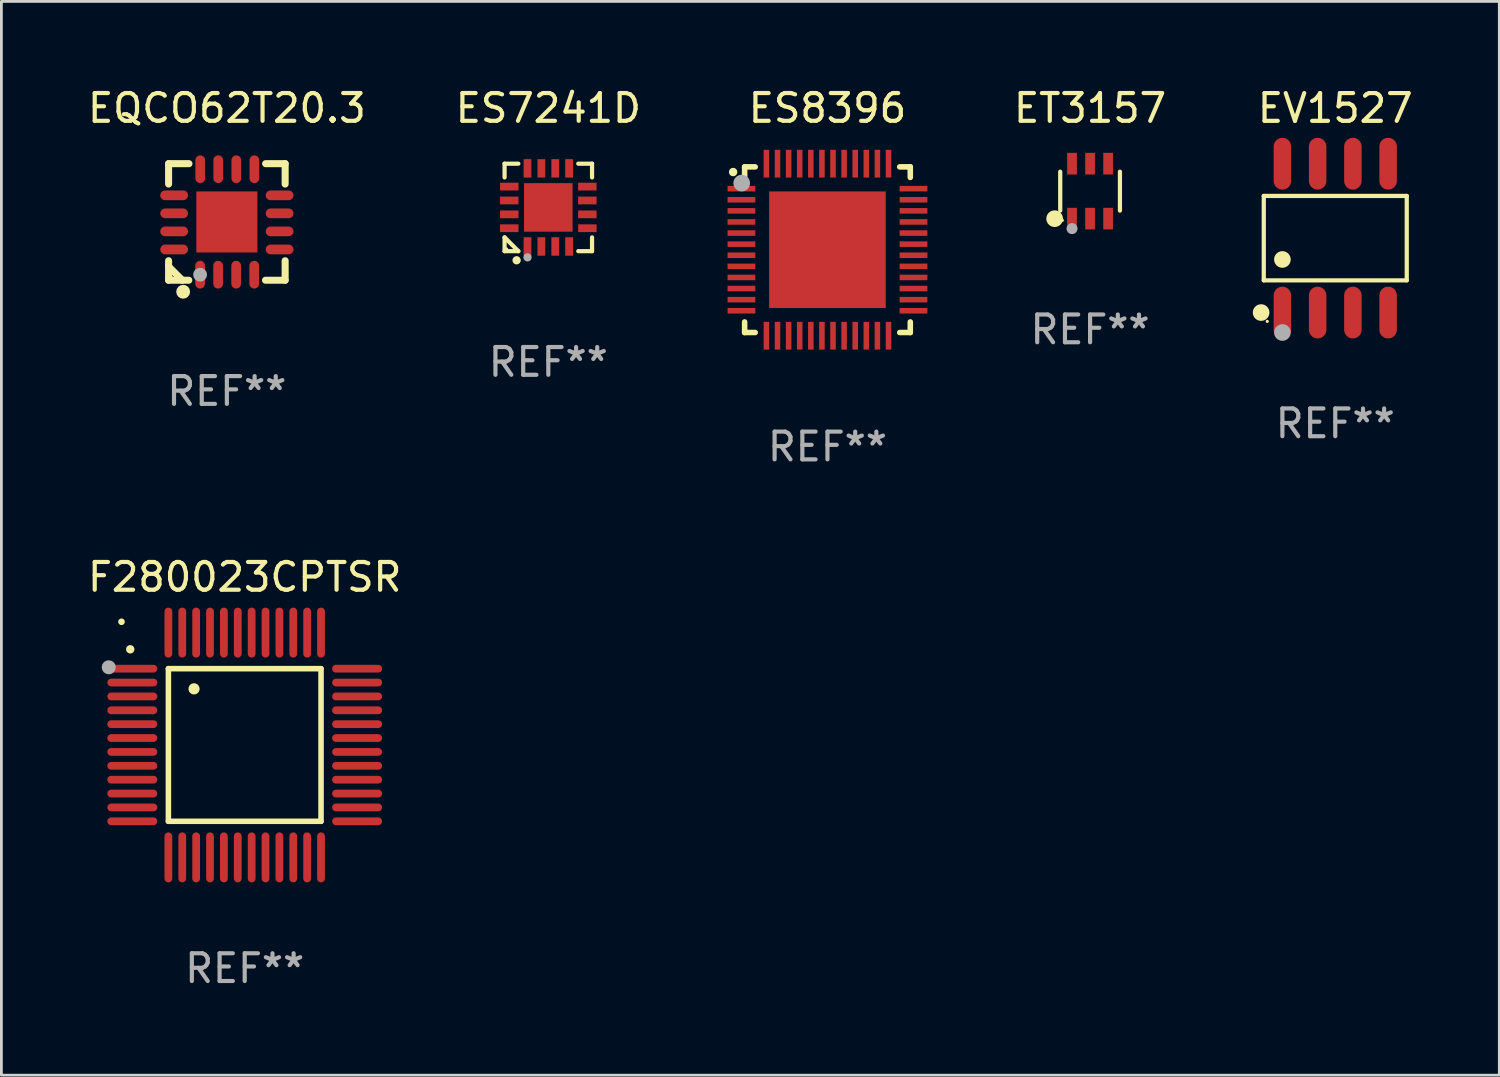
<source format=kicad_pcb>
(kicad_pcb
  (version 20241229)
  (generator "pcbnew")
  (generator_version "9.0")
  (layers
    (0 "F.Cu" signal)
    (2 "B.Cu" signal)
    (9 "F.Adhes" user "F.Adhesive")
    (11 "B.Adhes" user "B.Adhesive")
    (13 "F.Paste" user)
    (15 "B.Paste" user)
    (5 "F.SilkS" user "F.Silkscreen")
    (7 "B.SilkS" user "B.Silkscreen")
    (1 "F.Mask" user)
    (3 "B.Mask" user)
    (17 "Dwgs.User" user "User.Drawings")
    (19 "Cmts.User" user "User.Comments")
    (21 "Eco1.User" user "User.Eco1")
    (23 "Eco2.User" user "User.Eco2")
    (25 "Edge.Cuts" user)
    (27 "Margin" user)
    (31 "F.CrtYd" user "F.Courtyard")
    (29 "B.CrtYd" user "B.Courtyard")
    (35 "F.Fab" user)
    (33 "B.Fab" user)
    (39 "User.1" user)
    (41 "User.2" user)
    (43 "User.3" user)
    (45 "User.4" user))
  (footprint "ES7241D"
    (layer "F.Cu")
    (at 16.708 4.424)
    (property "Reference" "ES7241D" (at 0 -3.576 0) (layer "F.SilkS") (effects (font (size 1 1) (thickness 0.15))))
    (attr through_hole)
    (fp_line (start -1.576 -1.576) (end -1.08 -1.576) (stroke (width 0.152) (type solid)) (layer "F.SilkS"))
    (fp_line (start -1.576 -1.08) (end -1.576 -1.576) (stroke (width 0.152) (type solid)) (layer "F.SilkS"))
    (fp_line (start -1.576 1.08) (end -1.576 1.576) (stroke (width 0.152) (type solid)) (layer "F.SilkS"))
    (fp_line (start -1.576 1.576) (end -1.08 1.576) (stroke (width 0.152) (type solid)) (layer "F.SilkS"))
    (fp_line (start -1.08 1.576) (end -1.576 1.08) (stroke (width 0.152) (type solid)) (layer "F.SilkS"))
    (fp_line (start 1.576 -1.576) (end 1.08 -1.576) (stroke (width 0.152) (type solid)) (layer "F.SilkS"))
    (fp_line (start 1.576 -1.08) (end 1.576 -1.576) (stroke (width 0.152) (type solid)) (layer "F.SilkS"))
    (fp_line (start 1.576 1.08) (end 1.576 1.576) (stroke (width 0.152) (type solid)) (layer "F.SilkS"))
    (fp_line (start 1.576 1.576) (end 1.08 1.576) (stroke (width 0.152) (type solid)) (layer "F.SilkS"))
    (fp_circle (center -1.5 1.5) (end -1.47 1.5) (stroke (width 0.06) (type solid)) (fill no) (layer "F.SilkS"))
    (fp_circle (center -1.143 1.905) (end -1.068 1.905) (stroke (width 0.15) (type solid)) (fill no) (layer "F.SilkS"))
    (fp_circle (center -0.75 1.8) (end -0.675 1.8) (stroke (width 0.15) (type solid)) (fill no) (layer "F.Fab"))
    (fp_text user "REF**" (at 0 5.576 0) (layer "F.Fab") (effects (font (size 1 1) (thickness 0.15))))
    (pad "1" smd rect (at -0.75 1.407) (size 0.28 0.665) (layers "F.Cu" "F.Mask" "F.Paste"))
    (pad "2" smd rect (at -0.25 1.407) (size 0.28 0.665) (layers "F.Cu" "F.Mask" "F.Paste"))
    (pad "3" smd rect (at 0.25 1.407) (size 0.28 0.665) (layers "F.Cu" "F.Mask" "F.Paste"))
    (pad "4" smd rect (at 0.75 1.407) (size 0.28 0.665) (layers "F.Cu" "F.Mask" "F.Paste"))
    (pad "5" smd rect (at 1.407 0.75) (size 0.665 0.28) (layers "F.Cu" "F.Mask" "F.Paste"))
    (pad "6" smd rect (at 1.407 0.25) (size 0.665 0.28) (layers "F.Cu" "F.Mask" "F.Paste"))
    (pad "7" smd rect (at 1.407 -0.25) (size 0.665 0.28) (layers "F.Cu" "F.Mask" "F.Paste"))
    (pad "8" smd rect (at 1.407 -0.75) (size 0.665 0.28) (layers "F.Cu" "F.Mask" "F.Paste"))
    (pad "9" smd rect (at 0.75 -1.407) (size 0.28 0.665) (layers "F.Cu" "F.Mask" "F.Paste"))
    (pad "10" smd rect (at 0.25 -1.407) (size 0.28 0.665) (layers "F.Cu" "F.Mask" "F.Paste"))
    (pad "11" smd rect (at -0.25 -1.407) (size 0.28 0.665) (layers "F.Cu" "F.Mask" "F.Paste"))
    (pad "12" smd rect (at -0.75 -1.407) (size 0.28 0.665) (layers "F.Cu" "F.Mask" "F.Paste"))
    (pad "13" smd rect (at -1.407 -0.75) (size 0.665 0.28) (layers "F.Cu" "F.Mask" "F.Paste"))
    (pad "14" smd rect (at -1.407 -0.25) (size 0.665 0.28) (layers "F.Cu" "F.Mask" "F.Paste"))
    (pad "15" smd rect (at -1.407 0.25) (size 0.665 0.28) (layers "F.Cu" "F.Mask" "F.Paste"))
    (pad "16" smd rect (at -1.407 0.75) (size 0.665 0.28) (layers "F.Cu" "F.Mask" "F.Paste"))
    (pad "17" smd rect (at 0 0) (size 1.75 1.75) (layers "F.Cu" "F.Mask" "F.Paste")))
  (footprint "ES8396"
    (layer "F.Cu")
    (at 26.767 5.948)
    (property "Reference" "ES8396" (at 0 -5.1 0) (layer "F.SilkS") (effects (font (size 1 1) (thickness 0.15))))
    (attr through_hole)
    (fp_line (start -2.985 -2.985) (end -2.604 -2.985) (stroke (width 0.2) (type solid)) (layer "F.SilkS"))
    (fp_line (start -2.985 -2.604) (end -2.985 -2.985) (stroke (width 0.2) (type solid)) (layer "F.SilkS"))
    (fp_line (start -2.985 2.984) (end -2.985 2.603) (stroke (width 0.2) (type solid)) (layer "F.SilkS"))
    (fp_line (start -2.604 2.984) (end -2.985 2.984) (stroke (width 0.2) (type solid)) (layer "F.SilkS"))
    (fp_line (start 2.603 -2.985) (end 2.984 -2.985) (stroke (width 0.2) (type solid)) (layer "F.SilkS"))
    (fp_line (start 2.984 -2.985) (end 2.984 -2.604) (stroke (width 0.2) (type solid)) (layer "F.SilkS"))
    (fp_line (start 2.984 2.603) (end 2.984 2.984) (stroke (width 0.2) (type solid)) (layer "F.SilkS"))
    (fp_line (start 2.984 2.984) (end 2.603 2.984) (stroke (width 0.2) (type solid)) (layer "F.SilkS"))
    (fp_arc (start -3.400076 -2.797562) (mid -3.400081 -2.798806) (end -3.400076 -2.800051) (stroke (width 0.3) (type solid)) (layer "F.SilkS"))
    (fp_circle (center -3 -3) (end -2.97 -3) (stroke (width 0.06) (type solid)) (fill no) (layer "F.SilkS"))
    (fp_circle (center -3.09 -2.4) (end -2.94 -2.4) (stroke (width 0.3) (type solid)) (fill no) (layer "F.Fab"))
    (fp_text user "REF**" (at 0 7.1 0) (layer "F.Fab") (effects (font (size 1 1) (thickness 0.15))))
    (pad "1" smd rect (at -3.1 -2.2) (size 1 0.2) (layers "F.Cu" "F.Mask" "F.Paste"))
    (pad "2" smd rect (at -3.1 -1.8) (size 1 0.2) (layers "F.Cu" "F.Mask" "F.Paste"))
    (pad "3" smd rect (at -3.1 -1.4) (size 1 0.2) (layers "F.Cu" "F.Mask" "F.Paste"))
    (pad "4" smd rect (at -3.1 -1) (size 1 0.2) (layers "F.Cu" "F.Mask" "F.Paste"))
    (pad "5" smd rect (at -3.1 -0.6) (size 1 0.2) (layers "F.Cu" "F.Mask" "F.Paste"))
    (pad "6" smd rect (at -3.1 -0.2) (size 1 0.2) (layers "F.Cu" "F.Mask" "F.Paste"))
    (pad "7" smd rect (at -3.1 0.2) (size 1 0.2) (layers "F.Cu" "F.Mask" "F.Paste"))
    (pad "8" smd rect (at -3.1 0.6) (size 1 0.2) (layers "F.Cu" "F.Mask" "F.Paste"))
    (pad "9" smd rect (at -3.1 1) (size 1 0.2) (layers "F.Cu" "F.Mask" "F.Paste"))
    (pad "10" smd rect (at -3.1 1.4) (size 1 0.2) (layers "F.Cu" "F.Mask" "F.Paste"))
    (pad "11" smd rect (at -3.1 1.8) (size 1 0.2) (layers "F.Cu" "F.Mask" "F.Paste"))
    (pad "12" smd rect (at -3.1 2.2) (size 1 0.2) (layers "F.Cu" "F.Mask" "F.Paste"))
    (pad "13" smd rect (at -2.2 3.1) (size 0.2 1) (layers "F.Cu" "F.Mask" "F.Paste"))
    (pad "14" smd rect (at -1.8 3.1) (size 0.2 1) (layers "F.Cu" "F.Mask" "F.Paste"))
    (pad "15" smd rect (at -1.4 3.1) (size 0.2 1) (layers "F.Cu" "F.Mask" "F.Paste"))
    (pad "16" smd rect (at -1 3.1) (size 0.2 1) (layers "F.Cu" "F.Mask" "F.Paste"))
    (pad "17" smd rect (at -0.6 3.1) (size 0.2 1) (layers "F.Cu" "F.Mask" "F.Paste"))
    (pad "18" smd rect (at -0.2 3.1) (size 0.2 1) (layers "F.Cu" "F.Mask" "F.Paste"))
    (pad "19" smd rect (at 0.2 3.1) (size 0.2 1) (layers "F.Cu" "F.Mask" "F.Paste"))
    (pad "20" smd rect (at 0.6 3.1) (size 0.2 1) (layers "F.Cu" "F.Mask" "F.Paste"))
    (pad "21" smd rect (at 1 3.1) (size 0.2 1) (layers "F.Cu" "F.Mask" "F.Paste"))
    (pad "22" smd rect (at 1.4 3.1) (size 0.2 1) (layers "F.Cu" "F.Mask" "F.Paste"))
    (pad "23" smd rect (at 1.8 3.1) (size 0.2 1) (layers "F.Cu" "F.Mask" "F.Paste"))
    (pad "24" smd rect (at 2.2 3.1) (size 0.2 1) (layers "F.Cu" "F.Mask" "F.Paste"))
    (pad "25" smd rect (at 3.1 2.2) (size 1 0.2) (layers "F.Cu" "F.Mask" "F.Paste"))
    (pad "26" smd rect (at 3.1 1.8) (size 1 0.2) (layers "F.Cu" "F.Mask" "F.Paste"))
    (pad "27" smd rect (at 3.1 1.4) (size 1 0.2) (layers "F.Cu" "F.Mask" "F.Paste"))
    (pad "28" smd rect (at 3.1 1) (size 1 0.2) (layers "F.Cu" "F.Mask" "F.Paste"))
    (pad "29" smd rect (at 3.1 0.6) (size 1 0.2) (layers "F.Cu" "F.Mask" "F.Paste"))
    (pad "30" smd rect (at 3.1 0.2) (size 1 0.2) (layers "F.Cu" "F.Mask" "F.Paste"))
    (pad "31" smd rect (at 3.1 -0.2) (size 1 0.2) (layers "F.Cu" "F.Mask" "F.Paste"))
    (pad "32" smd rect (at 3.1 -0.6) (size 1 0.2) (layers "F.Cu" "F.Mask" "F.Paste"))
    (pad "33" smd rect (at 3.1 -1) (size 1 0.2) (layers "F.Cu" "F.Mask" "F.Paste"))
    (pad "34" smd rect (at 3.1 -1.4) (size 1 0.2) (layers "F.Cu" "F.Mask" "F.Paste"))
    (pad "35" smd rect (at 3.1 -1.8) (size 1 0.2) (layers "F.Cu" "F.Mask" "F.Paste"))
    (pad "36" smd rect (at 3.1 -2.2) (size 1 0.2) (layers "F.Cu" "F.Mask" "F.Paste"))
    (pad "37" smd rect (at 2.2 -3.1) (size 0.2 1) (layers "F.Cu" "F.Mask" "F.Paste"))
    (pad "38" smd rect (at 1.8 -3.1) (size 0.2 1) (layers "F.Cu" "F.Mask" "F.Paste"))
    (pad "39" smd rect (at 1.4 -3.1) (size 0.2 1) (layers "F.Cu" "F.Mask" "F.Paste"))
    (pad "40" smd rect (at 1 -3.1) (size 0.2 1) (layers "F.Cu" "F.Mask" "F.Paste"))
    (pad "41" smd rect (at 0.6 -3.1) (size 0.2 1) (layers "F.Cu" "F.Mask" "F.Paste"))
    (pad "42" smd rect (at 0.2 -3.1) (size 0.2 1) (layers "F.Cu" "F.Mask" "F.Paste"))
    (pad "43" smd rect (at -0.2 -3.1) (size 0.2 1) (layers "F.Cu" "F.Mask" "F.Paste"))
    (pad "44" smd rect (at -0.6 -3.1) (size 0.2 1) (layers "F.Cu" "F.Mask" "F.Paste"))
    (pad "45" smd rect (at -1 -3.1) (size 0.2 1) (layers "F.Cu" "F.Mask" "F.Paste"))
    (pad "46" smd rect (at -1.4 -3.1) (size 0.2 1) (layers "F.Cu" "F.Mask" "F.Paste"))
    (pad "47" smd rect (at -1.8 -3.1) (size 0.2 1) (layers "F.Cu" "F.Mask" "F.Paste"))
    (pad "48" smd rect (at -2.2 -3.1) (size 0.2 1) (layers "F.Cu" "F.Mask" "F.Paste"))
    (pad "49" smd rect (at -0.000127 0) (size 4.2 4.2) (layers "F.Cu" "F.Mask" "F.Paste")))
  (footprint "ET3157"
    (layer "F.Cu")
    (at 36.23 3.838)
    (property "Reference" "ET3157" (at 0 -2.99 0) (layer "F.SilkS") (effects (font (size 1 1) (thickness 0.15))))
    (attr through_hole)
    (fp_line (start -1.076 0.701) (end -1.076 -0.701) (stroke (width 0.152) (type solid)) (layer "F.SilkS"))
    (fp_line (start 1.076 0.701) (end 1.076 -0.701) (stroke (width 0.152) (type solid)) (layer "F.SilkS"))
    (fp_circle (center -1.277 0.992) (end -1.127 0.992) (stroke (width 0.3) (type solid)) (fill no) (layer "F.SilkS"))
    (fp_circle (center -1 1.05) (end -0.97 1.05) (stroke (width 0.06) (type solid)) (fill no) (layer "F.SilkS"))
    (fp_circle (center -0.65 1.35) (end -0.55 1.35) (stroke (width 0.2) (type solid)) (fill no) (layer "F.Fab"))
    (fp_text user "REF**" (at 0 4.99 0) (layer "F.Fab") (effects (font (size 1 1) (thickness 0.15))))
    (pad "1" smd rect (at -0.65 0.99) (size 0.35 0.78) (layers "F.Cu" "F.Mask" "F.Paste"))
    (pad "2" smd rect (at 0 0.99) (size 0.35 0.78) (layers "F.Cu" "F.Mask" "F.Paste"))
    (pad "3" smd rect (at 0.65 0.99) (size 0.35 0.78) (layers "F.Cu" "F.Mask" "F.Paste"))
    (pad "4" smd rect (at 0.65 -0.99) (size 0.35 0.78) (layers "F.Cu" "F.Mask" "F.Paste"))
    (pad "5" smd rect (at 0 -0.99) (size 0.35 0.78) (layers "F.Cu" "F.Mask" "F.Paste"))
    (pad "6" smd rect (at -0.65 -0.99) (size 0.35 0.78) (layers "F.Cu" "F.Mask" "F.Paste")))
  (footprint "EV1527"
    (layer "F.Cu")
    (at 45.065 5.531)
    (property "Reference" "EV1527" (at 0 -4.682 0) (layer "F.SilkS") (effects (font (size 1 1) (thickness 0.15))))
    (attr through_hole)
    (fp_line (start -2.576 -1.521) (end 2.576 -1.521) (stroke (width 0.152) (type solid)) (layer "F.SilkS"))
    (fp_line (start -2.576 1.521) (end -2.576 -1.521) (stroke (width 0.152) (type solid)) (layer "F.SilkS"))
    (fp_line (start 2.576 -1.521) (end 2.576 1.521) (stroke (width 0.152) (type solid)) (layer "F.SilkS"))
    (fp_line (start 2.576 1.521) (end -2.576 1.521) (stroke (width 0.152) (type solid)) (layer "F.SilkS"))
    (fp_circle (center -2.672 2.682) (end -2.522 2.682) (stroke (width 0.3) (type solid)) (fill no) (layer "F.SilkS"))
    (fp_circle (center -2.45 3) (end -2.42 3) (stroke (width 0.06) (type solid)) (fill no) (layer "F.SilkS"))
    (fp_circle (center -1.905 0.769) (end -1.755 0.769) (stroke (width 0.3) (type solid)) (fill no) (layer "F.SilkS"))
    (fp_circle (center -1.905 3.4) (end -1.755 3.4) (stroke (width 0.3) (type solid)) (fill no) (layer "F.Fab"))
    (fp_text user "REF**" (at 0 6.682 0) (layer "F.Fab") (effects (font (size 1 1) (thickness 0.15))))
    (pad "1" smd oval (at -1.905 2.682) (size 0.63 1.865) (layers "F.Cu" "F.Mask" "F.Paste"))
    (pad "2" smd oval (at -0.635 2.682) (size 0.63 1.865) (layers "F.Cu" "F.Mask" "F.Paste"))
    (pad "3" smd oval (at 0.635 2.682) (size 0.63 1.865) (layers "F.Cu" "F.Mask" "F.Paste"))
    (pad "4" smd oval (at 1.905 2.682) (size 0.63 1.865) (layers "F.Cu" "F.Mask" "F.Paste"))
    (pad "5" smd oval (at 1.905 -2.682) (size 0.63 1.865) (layers "F.Cu" "F.Mask" "F.Paste"))
    (pad "6" smd oval (at 0.635 -2.682) (size 0.63 1.865) (layers "F.Cu" "F.Mask" "F.Paste"))
    (pad "7" smd oval (at -0.635 -2.682) (size 0.63 1.865) (layers "F.Cu" "F.Mask" "F.Paste"))
    (pad "8" smd oval (at -1.905 -2.682) (size 0.63 1.865) (layers "F.Cu" "F.Mask" "F.Paste")))
  (footprint "EQCO62T20.3"
    (layer "F.Cu")
    (at 5.125 4.948)
    (property "Reference" "EQCO62T20.3" (at 0 -4.1 0) (layer "F.SilkS") (effects (font (size 1 1) (thickness 0.15))))
    (attr through_hole)
    (fp_line (start -2.1 -2.1) (end -1.366 -2.1) (stroke (width 0.254) (type solid)) (layer "F.SilkS"))
    (fp_line (start -2.1 -1.366) (end -2.1 -2.1) (stroke (width 0.254) (type solid)) (layer "F.SilkS"))
    (fp_line (start -2.1 1.572) (end -2.1 1.607) (stroke (width 0.254) (type solid)) (layer "F.SilkS"))
    (fp_line (start -2.1 1.607) (end -1.607 2.1) (stroke (width 0.254) (type solid)) (layer "F.SilkS"))
    (fp_line (start -2.1 2.1) (end -2.1 1.397) (stroke (width 0.254) (type solid)) (layer "F.SilkS"))
    (fp_line (start -2.1 2.1) (end -1.371 2.1) (stroke (width 0.254) (type solid)) (layer "F.SilkS"))
    (fp_line (start 1.392 2.1) (end 2.1 2.1) (stroke (width 0.254) (type solid)) (layer "F.SilkS"))
    (fp_line (start 1.397 -2.1) (end 2.1 -2.1) (stroke (width 0.254) (type solid)) (layer "F.SilkS"))
    (fp_line (start 2.1 -1.366) (end 2.1 -2.1) (stroke (width 0.254) (type solid)) (layer "F.SilkS"))
    (fp_line (start 2.1 2.1) (end 2.1 1.397) (stroke (width 0.254) (type solid)) (layer "F.SilkS"))
    (fp_circle (center -2 2) (end -1.97 2) (stroke (width 0.06) (type solid)) (fill no) (layer "F.SilkS"))
    (fp_circle (center -1.575 2.515) (end -1.45 2.515) (stroke (width 0.25) (type solid)) (fill no) (layer "F.SilkS"))
    (fp_circle (center -0.965 1.9) (end -0.84 1.9) (stroke (width 0.25) (type solid)) (fill no) (layer "F.Fab"))
    (fp_text user "REF**" (at 0 6.1 0) (layer "F.Fab") (effects (font (size 1 1) (thickness 0.15))))
    (pad "1" smd oval (at -0.965 1.9) (size 0.35 1) (layers "F.Cu" "F.Mask" "F.Paste"))
    (pad "2" smd oval (at -0.315 1.9) (size 0.35 1) (layers "F.Cu" "F.Mask" "F.Paste"))
    (pad "3" smd oval (at 0.335 1.9) (size 0.35 1) (layers "F.Cu" "F.Mask" "F.Paste"))
    (pad "4" smd oval (at 0.986 1.9) (size 0.35 1) (layers "F.Cu" "F.Mask" "F.Paste"))
    (pad "5" smd oval (at 1.9 0.991) (size 1 0.35) (layers "F.Cu" "F.Mask" "F.Paste"))
    (pad "6" smd oval (at 1.9 0.34) (size 1 0.35) (layers "F.Cu" "F.Mask" "F.Paste"))
    (pad "7" smd oval (at 1.9 -0.31) (size 1 0.35) (layers "F.Cu" "F.Mask" "F.Paste"))
    (pad "8" smd oval (at 1.9 -0.96) (size 1 0.35) (layers "F.Cu" "F.Mask" "F.Paste"))
    (pad "9" smd oval (at 0.991 -1.9) (size 0.35 1) (layers "F.Cu" "F.Mask" "F.Paste"))
    (pad "10" smd oval (at 0.34 -1.9) (size 0.35 1) (layers "F.Cu" "F.Mask" "F.Paste"))
    (pad "11" smd oval (at -0.31 -1.9) (size 0.35 1) (layers "F.Cu" "F.Mask" "F.Paste"))
    (pad "12" smd oval (at -0.96 -1.9) (size 0.35 1) (layers "F.Cu" "F.Mask" "F.Paste"))
    (pad "13" smd oval (at -1.9 -0.96) (size 1 0.35) (layers "F.Cu" "F.Mask" "F.Paste"))
    (pad "14" smd oval (at -1.9 -0.31) (size 1 0.35) (layers "F.Cu" "F.Mask" "F.Paste"))
    (pad "15" smd oval (at -1.9 0.34) (size 1 0.35) (layers "F.Cu" "F.Mask" "F.Paste"))
    (pad "16" smd oval (at -1.9 0.991) (size 1 0.35) (layers "F.Cu" "F.Mask" "F.Paste"))
    (pad "17" smd rect (at 0 0) (size 2.2 2.2) (layers "F.Cu" "F.Mask" "F.Paste")))
  (footprint "F280023CPTSR"
    (layer "F.Cu")
    (at 5.768 23.795)
    (property "Reference" "F280023CPTSR" (at 0 -6.05 0) (layer "F.SilkS") (effects (font (size 1 1) (thickness 0.15))))
    (attr through_hole)
    (fp_line (start -2.75 -2.75) (end 2.75 -2.75) (stroke (width 0.2) (type solid)) (layer "F.SilkS"))
    (fp_line (start -2.75 2.75) (end -2.75 -2.75) (stroke (width 0.2) (type solid)) (layer "F.SilkS"))
    (fp_line (start 2.75 -2.75) (end 2.75 2.75) (stroke (width 0.2) (type solid)) (layer "F.SilkS"))
    (fp_line (start 2.75 2.75) (end -2.75 2.75) (stroke (width 0.2) (type solid)) (layer "F.SilkS"))
    (fp_arc (start -4.124968 -3.446787) (mid -4.124973 -3.448057) (end -4.124968 -3.449327) (stroke (width 0.3) (type solid)) (layer "F.SilkS"))
    (fp_arc (start -1.826264 -2.021844) (mid -1.826268 -2.023114) (end -1.826264 -2.024384) (stroke (width 0.4) (type solid)) (layer "F.SilkS"))
    (fp_circle (center -4.44 -4.44) (end -4.38 -4.44) (stroke (width 0.12) (type solid)) (fill no) (layer "F.SilkS"))
    (fp_circle (center -4.9 -2.8) (end -4.773 -2.8) (stroke (width 0.254) (type solid)) (fill no) (layer "F.Fab"))
    (fp_text user "REF**" (at 0 8.05 0) (layer "F.Fab") (effects (font (size 1 1) (thickness 0.15))))
    (pad "1" smd oval (at -4.05 -2.75 90) (size 0.28 1.8) (layers "F.Cu" "F.Mask" "F.Paste"))
    (pad "2" smd oval (at -4.05 -2.25 90) (size 0.28 1.8) (layers "F.Cu" "F.Mask" "F.Paste"))
    (pad "3" smd oval (at -4.05 -1.75 90) (size 0.28 1.8) (layers "F.Cu" "F.Mask" "F.Paste"))
    (pad "4" smd oval (at -4.05 -1.25 90) (size 0.28 1.8) (layers "F.Cu" "F.Mask" "F.Paste"))
    (pad "5" smd oval (at -4.05 -0.75 90) (size 0.28 1.8) (layers "F.Cu" "F.Mask" "F.Paste"))
    (pad "6" smd oval (at -4.05 -0.25 90) (size 0.28 1.8) (layers "F.Cu" "F.Mask" "F.Paste"))
    (pad "7" smd oval (at -4.05 0.25 90) (size 0.28 1.8) (layers "F.Cu" "F.Mask" "F.Paste"))
    (pad "8" smd oval (at -4.05 0.75 90) (size 0.28 1.8) (layers "F.Cu" "F.Mask" "F.Paste"))
    (pad "9" smd oval (at -4.05 1.25 90) (size 0.28 1.8) (layers "F.Cu" "F.Mask" "F.Paste"))
    (pad "10" smd oval (at -4.05 1.75 90) (size 0.28 1.8) (layers "F.Cu" "F.Mask" "F.Paste"))
    (pad "11" smd oval (at -4.05 2.25 90) (size 0.28 1.8) (layers "F.Cu" "F.Mask" "F.Paste"))
    (pad "12" smd oval (at -4.05 2.75 90) (size 0.28 1.8) (layers "F.Cu" "F.Mask" "F.Paste"))
    (pad "13" smd oval (at -2.75 4.05) (size 0.28 1.8) (layers "F.Cu" "F.Mask" "F.Paste"))
    (pad "14" smd oval (at -2.25 4.05) (size 0.28 1.8) (layers "F.Cu" "F.Mask" "F.Paste"))
    (pad "15" smd oval (at -1.75 4.05) (size 0.28 1.8) (layers "F.Cu" "F.Mask" "F.Paste"))
    (pad "16" smd oval (at -1.25 4.05) (size 0.28 1.8) (layers "F.Cu" "F.Mask" "F.Paste"))
    (pad "17" smd oval (at -0.75 4.05) (size 0.28 1.8) (layers "F.Cu" "F.Mask" "F.Paste"))
    (pad "18" smd oval (at -0.25 4.05) (size 0.28 1.8) (layers "F.Cu" "F.Mask" "F.Paste"))
    (pad "19" smd oval (at 0.25 4.05) (size 0.28 1.8) (layers "F.Cu" "F.Mask" "F.Paste"))
    (pad "20" smd oval (at 0.75 4.05) (size 0.28 1.8) (layers "F.Cu" "F.Mask" "F.Paste"))
    (pad "21" smd oval (at 1.25 4.05) (size 0.28 1.8) (layers "F.Cu" "F.Mask" "F.Paste"))
    (pad "22" smd oval (at 1.75 4.05) (size 0.28 1.8) (layers "F.Cu" "F.Mask" "F.Paste"))
    (pad "23" smd oval (at 2.25 4.05) (size 0.28 1.8) (layers "F.Cu" "F.Mask" "F.Paste"))
    (pad "24" smd oval (at 2.75 4.05) (size 0.28 1.8) (layers "F.Cu" "F.Mask" "F.Paste"))
    (pad "25" smd oval (at 4.05 2.75 90) (size 0.28 1.8) (layers "F.Cu" "F.Mask" "F.Paste"))
    (pad "26" smd oval (at 4.05 2.25 90) (size 0.28 1.8) (layers "F.Cu" "F.Mask" "F.Paste"))
    (pad "27" smd oval (at 4.05 1.75 90) (size 0.28 1.8) (layers "F.Cu" "F.Mask" "F.Paste"))
    (pad "28" smd oval (at 4.05 1.25 90) (size 0.28 1.8) (layers "F.Cu" "F.Mask" "F.Paste"))
    (pad "29" smd oval (at 4.05 0.75 90) (size 0.28 1.8) (layers "F.Cu" "F.Mask" "F.Paste"))
    (pad "30" smd oval (at 4.05 0.25 90) (size 0.28 1.8) (layers "F.Cu" "F.Mask" "F.Paste"))
    (pad "31" smd oval (at 4.05 -0.25 90) (size 0.28 1.8) (layers "F.Cu" "F.Mask" "F.Paste"))
    (pad "32" smd oval (at 4.05 -0.75 90) (size 0.28 1.8) (layers "F.Cu" "F.Mask" "F.Paste"))
    (pad "33" smd oval (at 4.05 -1.25 90) (size 0.28 1.8) (layers "F.Cu" "F.Mask" "F.Paste"))
    (pad "34" smd oval (at 4.05 -1.75 90) (size 0.28 1.8) (layers "F.Cu" "F.Mask" "F.Paste"))
    (pad "35" smd oval (at 4.05 -2.25 90) (size 0.28 1.8) (layers "F.Cu" "F.Mask" "F.Paste"))
    (pad "36" smd oval (at 4.05 -2.75 90) (size 0.28 1.8) (layers "F.Cu" "F.Mask" "F.Paste"))
    (pad "37" smd oval (at 2.75 -4.05) (size 0.28 1.8) (layers "F.Cu" "F.Mask" "F.Paste"))
    (pad "38" smd oval (at 2.25 -4.05) (size 0.28 1.8) (layers "F.Cu" "F.Mask" "F.Paste"))
    (pad "39" smd oval (at 1.75 -4.05) (size 0.28 1.8) (layers "F.Cu" "F.Mask" "F.Paste"))
    (pad "40" smd oval (at 1.25 -4.05) (size 0.28 1.8) (layers "F.Cu" "F.Mask" "F.Paste"))
    (pad "41" smd oval (at 0.75 -4.05) (size 0.28 1.8) (layers "F.Cu" "F.Mask" "F.Paste"))
    (pad "42" smd oval (at 0.25 -4.05) (size 0.28 1.8) (layers "F.Cu" "F.Mask" "F.Paste"))
    (pad "43" smd oval (at -0.25 -4.05) (size 0.28 1.8) (layers "F.Cu" "F.Mask" "F.Paste"))
    (pad "44" smd oval (at -0.75 -4.05) (size 0.28 1.8) (layers "F.Cu" "F.Mask" "F.Paste"))
    (pad "45" smd oval (at -1.25 -4.05) (size 0.28 1.8) (layers "F.Cu" "F.Mask" "F.Paste"))
    (pad "46" smd oval (at -1.75 -4.05) (size 0.28 1.8) (layers "F.Cu" "F.Mask" "F.Paste"))
    (pad "47" smd oval (at -2.25 -4.05) (size 0.28 1.8) (layers "F.Cu" "F.Mask" "F.Paste"))
    (pad "48" smd oval (at -2.75 -4.05) (size 0.28 1.8) (layers "F.Cu" "F.Mask" "F.Paste")))
  (gr_rect
    (start -3 -3)
    (end 50.976 35.693)
    (stroke (width 0.1) (type default))
    (fill no)
    (layer "Edge.Cuts")))
</source>
